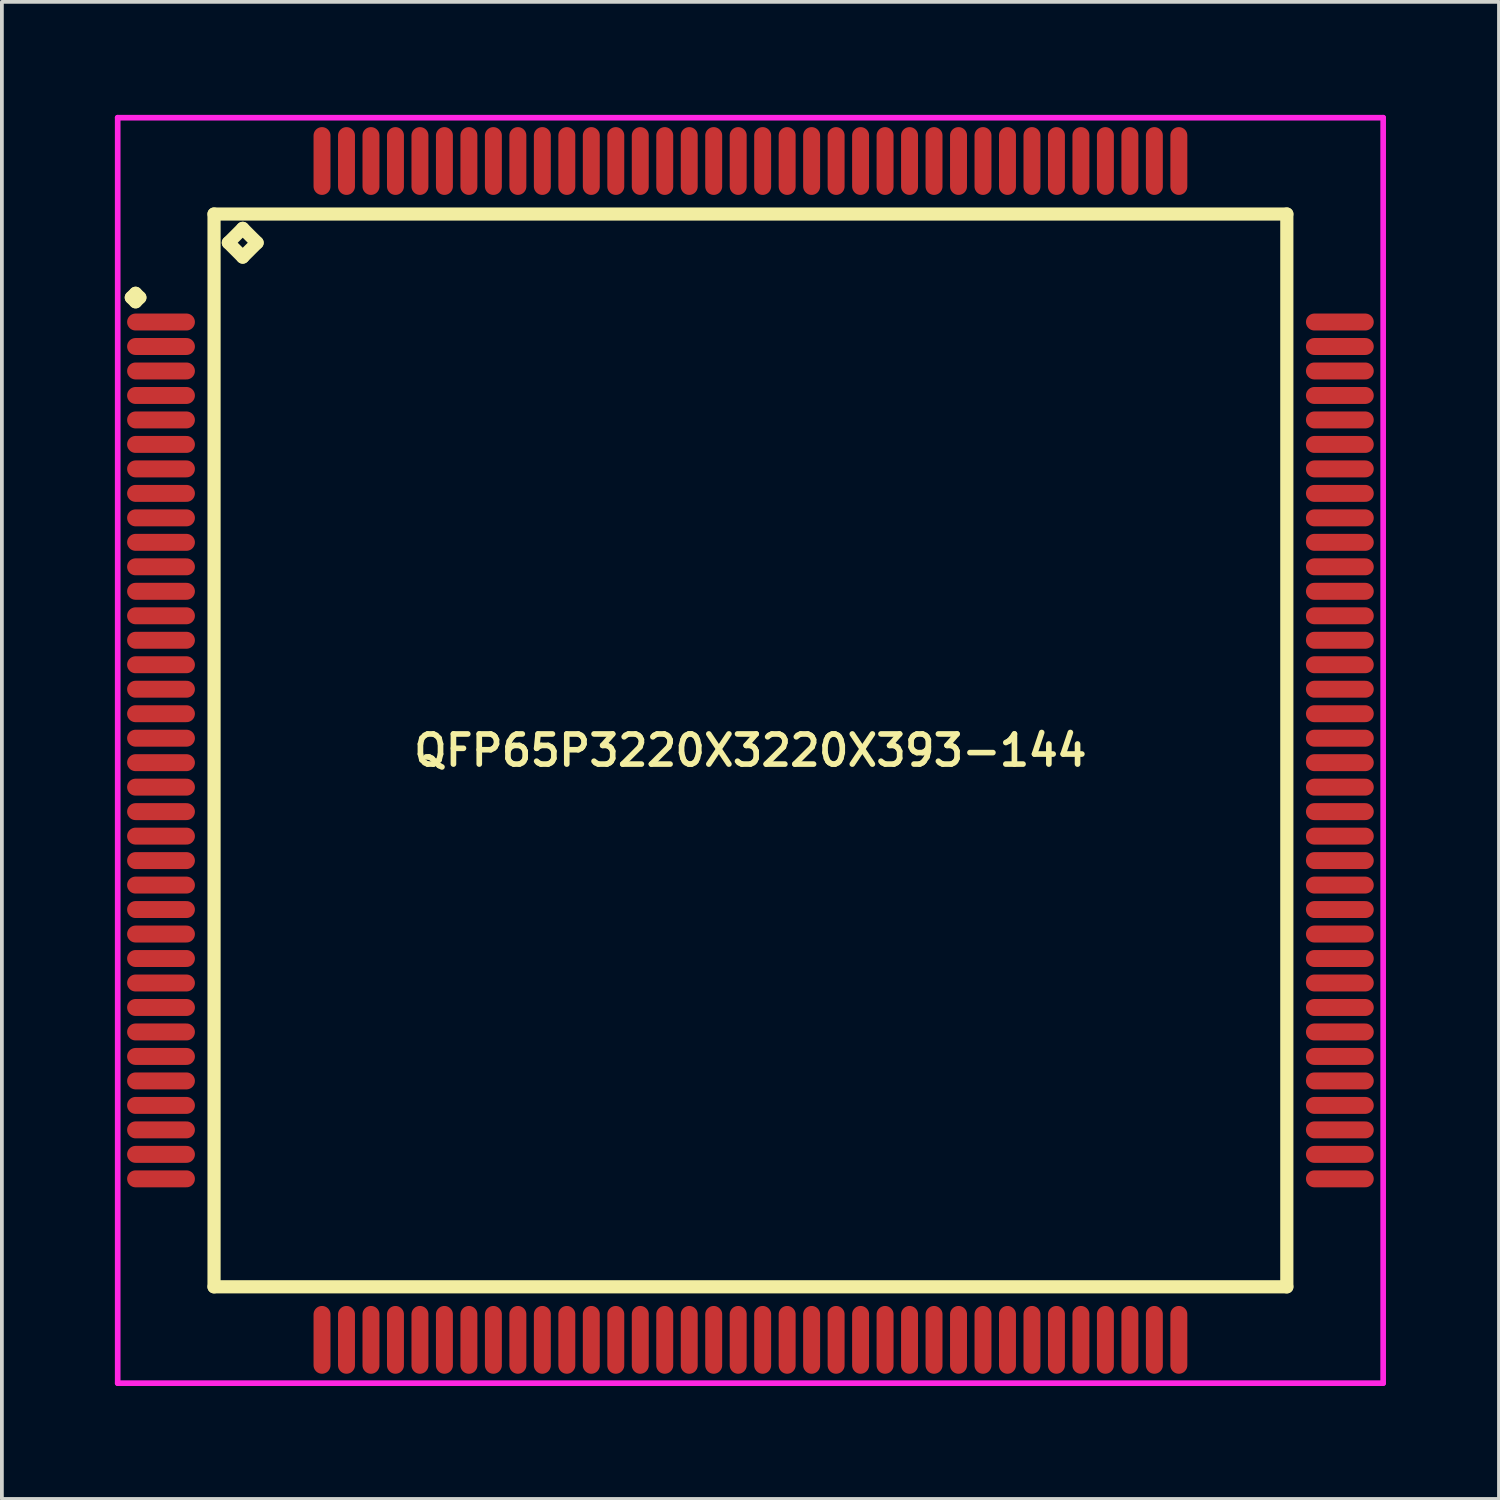
<source format=kicad_pcb>
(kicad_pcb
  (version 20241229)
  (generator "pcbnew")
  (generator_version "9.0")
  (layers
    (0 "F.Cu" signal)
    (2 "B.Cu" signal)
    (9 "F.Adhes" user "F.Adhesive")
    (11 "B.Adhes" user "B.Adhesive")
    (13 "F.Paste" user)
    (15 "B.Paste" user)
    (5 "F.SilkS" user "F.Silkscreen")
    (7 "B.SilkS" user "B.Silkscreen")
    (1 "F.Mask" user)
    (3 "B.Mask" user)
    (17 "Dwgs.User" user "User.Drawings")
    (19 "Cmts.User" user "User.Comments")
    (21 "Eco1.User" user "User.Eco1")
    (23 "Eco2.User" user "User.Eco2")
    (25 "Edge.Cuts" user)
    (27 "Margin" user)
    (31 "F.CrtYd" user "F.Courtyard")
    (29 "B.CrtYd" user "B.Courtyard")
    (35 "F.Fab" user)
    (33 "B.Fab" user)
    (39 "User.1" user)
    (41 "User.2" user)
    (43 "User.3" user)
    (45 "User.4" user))
  (footprint "QFP65P3220X3220X393-144"
    (layer "F.Cu")
    (at 16.875 16.875)
    (property "Reference" "QFP65P3220X3220X393-144" (at 0 0 0) (layer "F.SilkS") (effects (font (size 0.8 0.8) (thickness 0.15))))
    (attr smd)
    (fp_line (start -16.438 -12.025) (end -16.325 -12.137) (stroke (width 0.35) (type solid)) (layer "F.SilkS"))
    (fp_line (start -16.325 -12.137) (end -16.212 -12.025) (stroke (width 0.35) (type solid)) (layer "F.SilkS"))
    (fp_line (start -16.325 -11.912) (end -16.438 -12.025) (stroke (width 0.35) (type solid)) (layer "F.SilkS"))
    (fp_line (start -16.212 -12.025) (end -16.325 -11.912) (stroke (width 0.35) (type solid)) (layer "F.SilkS"))
    (fp_line (start -14.242 -14.242) (end -14.242 14.242) (stroke (width 0.35) (type solid)) (layer "F.SilkS"))
    (fp_line (start -14.242 14.242) (end 14.242 14.242) (stroke (width 0.35) (type solid)) (layer "F.SilkS"))
    (fp_line (start -13.861 -13.48) (end -13.48 -13.861) (stroke (width 0.35) (type solid)) (layer "F.SilkS"))
    (fp_line (start -13.48 -13.861) (end -13.099 -13.48) (stroke (width 0.35) (type solid)) (layer "F.SilkS"))
    (fp_line (start -13.48 -13.099) (end -13.861 -13.48) (stroke (width 0.35) (type solid)) (layer "F.SilkS"))
    (fp_line (start -13.099 -13.48) (end -13.48 -13.099) (stroke (width 0.35) (type solid)) (layer "F.SilkS"))
    (fp_line (start 14.242 -14.242) (end -14.242 -14.242) (stroke (width 0.35) (type solid)) (layer "F.SilkS"))
    (fp_line (start 14.242 14.242) (end 14.242 -14.242) (stroke (width 0.35) (type solid)) (layer "F.SilkS"))
    (fp_line (start -16.8 -16.8) (end 16.8 -16.8) (stroke (width 0.15) (type solid)) (layer "F.CrtYd"))
    (fp_line (start -16.8 16.8) (end -16.8 -16.8) (stroke (width 0.15) (type solid)) (layer "F.CrtYd"))
    (fp_line (start 16.8 -16.8) (end 16.8 16.8) (stroke (width 0.15) (type solid)) (layer "F.CrtYd"))
    (fp_line (start 16.8 16.8) (end -16.8 16.8) (stroke (width 0.15) (type solid)) (layer "F.CrtYd"))
    (pad "1" smd oval (at -15.65 -11.375) (size 1.8 0.45) (layers "F.Cu" "F.Mask" "F.Paste"))
    (pad "2" smd oval (at -15.65 -10.725) (size 1.8 0.45) (layers "F.Cu" "F.Mask" "F.Paste"))
    (pad "3" smd oval (at -15.65 -10.075) (size 1.8 0.45) (layers "F.Cu" "F.Mask" "F.Paste"))
    (pad "4" smd oval (at -15.65 -9.425) (size 1.8 0.45) (layers "F.Cu" "F.Mask" "F.Paste"))
    (pad "5" smd oval (at -15.65 -8.775) (size 1.8 0.45) (layers "F.Cu" "F.Mask" "F.Paste"))
    (pad "6" smd oval (at -15.65 -8.125) (size 1.8 0.45) (layers "F.Cu" "F.Mask" "F.Paste"))
    (pad "7" smd oval (at -15.65 -7.475) (size 1.8 0.45) (layers "F.Cu" "F.Mask" "F.Paste"))
    (pad "8" smd oval (at -15.65 -6.825) (size 1.8 0.45) (layers "F.Cu" "F.Mask" "F.Paste"))
    (pad "9" smd oval (at -15.65 -6.175) (size 1.8 0.45) (layers "F.Cu" "F.Mask" "F.Paste"))
    (pad "10" smd oval (at -15.65 -5.525) (size 1.8 0.45) (layers "F.Cu" "F.Mask" "F.Paste"))
    (pad "11" smd oval (at -15.65 -4.875) (size 1.8 0.45) (layers "F.Cu" "F.Mask" "F.Paste"))
    (pad "12" smd oval (at -15.65 -4.225) (size 1.8 0.45) (layers "F.Cu" "F.Mask" "F.Paste"))
    (pad "13" smd oval (at -15.65 -3.575) (size 1.8 0.45) (layers "F.Cu" "F.Mask" "F.Paste"))
    (pad "14" smd oval (at -15.65 -2.925) (size 1.8 0.45) (layers "F.Cu" "F.Mask" "F.Paste"))
    (pad "15" smd oval (at -15.65 -2.275) (size 1.8 0.45) (layers "F.Cu" "F.Mask" "F.Paste"))
    (pad "16" smd oval (at -15.65 -1.625) (size 1.8 0.45) (layers "F.Cu" "F.Mask" "F.Paste"))
    (pad "17" smd oval (at -15.65 -0.975) (size 1.8 0.45) (layers "F.Cu" "F.Mask" "F.Paste"))
    (pad "18" smd oval (at -15.65 -0.325) (size 1.8 0.45) (layers "F.Cu" "F.Mask" "F.Paste"))
    (pad "19" smd oval (at -15.65 0.325) (size 1.8 0.45) (layers "F.Cu" "F.Mask" "F.Paste"))
    (pad "20" smd oval (at -15.65 0.975) (size 1.8 0.45) (layers "F.Cu" "F.Mask" "F.Paste"))
    (pad "21" smd oval (at -15.65 1.625) (size 1.8 0.45) (layers "F.Cu" "F.Mask" "F.Paste"))
    (pad "22" smd oval (at -15.65 2.275) (size 1.8 0.45) (layers "F.Cu" "F.Mask" "F.Paste"))
    (pad "23" smd oval (at -15.65 2.925) (size 1.8 0.45) (layers "F.Cu" "F.Mask" "F.Paste"))
    (pad "24" smd oval (at -15.65 3.575) (size 1.8 0.45) (layers "F.Cu" "F.Mask" "F.Paste"))
    (pad "25" smd oval (at -15.65 4.225) (size 1.8 0.45) (layers "F.Cu" "F.Mask" "F.Paste"))
    (pad "26" smd oval (at -15.65 4.875) (size 1.8 0.45) (layers "F.Cu" "F.Mask" "F.Paste"))
    (pad "27" smd oval (at -15.65 5.525) (size 1.8 0.45) (layers "F.Cu" "F.Mask" "F.Paste"))
    (pad "28" smd oval (at -15.65 6.175) (size 1.8 0.45) (layers "F.Cu" "F.Mask" "F.Paste"))
    (pad "29" smd oval (at -15.65 6.825) (size 1.8 0.45) (layers "F.Cu" "F.Mask" "F.Paste"))
    (pad "30" smd oval (at -15.65 7.475) (size 1.8 0.45) (layers "F.Cu" "F.Mask" "F.Paste"))
    (pad "31" smd oval (at -15.65 8.125) (size 1.8 0.45) (layers "F.Cu" "F.Mask" "F.Paste"))
    (pad "32" smd oval (at -15.65 8.775) (size 1.8 0.45) (layers "F.Cu" "F.Mask" "F.Paste"))
    (pad "33" smd oval (at -15.65 9.425) (size 1.8 0.45) (layers "F.Cu" "F.Mask" "F.Paste"))
    (pad "34" smd oval (at -15.65 10.075) (size 1.8 0.45) (layers "F.Cu" "F.Mask" "F.Paste"))
    (pad "35" smd oval (at -15.65 10.725) (size 1.8 0.45) (layers "F.Cu" "F.Mask" "F.Paste"))
    (pad "36" smd oval (at -15.65 11.375) (size 1.8 0.45) (layers "F.Cu" "F.Mask" "F.Paste"))
    (pad "37" smd oval (at -11.375 15.65) (size 0.45 1.8) (layers "F.Cu" "F.Mask" "F.Paste"))
    (pad "38" smd oval (at -10.725 15.65) (size 0.45 1.8) (layers "F.Cu" "F.Mask" "F.Paste"))
    (pad "39" smd oval (at -10.075 15.65) (size 0.45 1.8) (layers "F.Cu" "F.Mask" "F.Paste"))
    (pad "40" smd oval (at -9.425 15.65) (size 0.45 1.8) (layers "F.Cu" "F.Mask" "F.Paste"))
    (pad "41" smd oval (at -8.775 15.65) (size 0.45 1.8) (layers "F.Cu" "F.Mask" "F.Paste"))
    (pad "42" smd oval (at -8.125 15.65) (size 0.45 1.8) (layers "F.Cu" "F.Mask" "F.Paste"))
    (pad "43" smd oval (at -7.475 15.65) (size 0.45 1.8) (layers "F.Cu" "F.Mask" "F.Paste"))
    (pad "44" smd oval (at -6.825 15.65) (size 0.45 1.8) (layers "F.Cu" "F.Mask" "F.Paste"))
    (pad "45" smd oval (at -6.175 15.65) (size 0.45 1.8) (layers "F.Cu" "F.Mask" "F.Paste"))
    (pad "46" smd oval (at -5.525 15.65) (size 0.45 1.8) (layers "F.Cu" "F.Mask" "F.Paste"))
    (pad "47" smd oval (at -4.875 15.65) (size 0.45 1.8) (layers "F.Cu" "F.Mask" "F.Paste"))
    (pad "48" smd oval (at -4.225 15.65) (size 0.45 1.8) (layers "F.Cu" "F.Mask" "F.Paste"))
    (pad "49" smd oval (at -3.575 15.65) (size 0.45 1.8) (layers "F.Cu" "F.Mask" "F.Paste"))
    (pad "50" smd oval (at -2.925 15.65) (size 0.45 1.8) (layers "F.Cu" "F.Mask" "F.Paste"))
    (pad "51" smd oval (at -2.275 15.65) (size 0.45 1.8) (layers "F.Cu" "F.Mask" "F.Paste"))
    (pad "52" smd oval (at -1.625 15.65) (size 0.45 1.8) (layers "F.Cu" "F.Mask" "F.Paste"))
    (pad "53" smd oval (at -0.975 15.65) (size 0.45 1.8) (layers "F.Cu" "F.Mask" "F.Paste"))
    (pad "54" smd oval (at -0.325 15.65) (size 0.45 1.8) (layers "F.Cu" "F.Mask" "F.Paste"))
    (pad "55" smd oval (at 0.325 15.65) (size 0.45 1.8) (layers "F.Cu" "F.Mask" "F.Paste"))
    (pad "56" smd oval (at 0.975 15.65) (size 0.45 1.8) (layers "F.Cu" "F.Mask" "F.Paste"))
    (pad "57" smd oval (at 1.625 15.65) (size 0.45 1.8) (layers "F.Cu" "F.Mask" "F.Paste"))
    (pad "58" smd oval (at 2.275 15.65) (size 0.45 1.8) (layers "F.Cu" "F.Mask" "F.Paste"))
    (pad "59" smd oval (at 2.925 15.65) (size 0.45 1.8) (layers "F.Cu" "F.Mask" "F.Paste"))
    (pad "60" smd oval (at 3.575 15.65) (size 0.45 1.8) (layers "F.Cu" "F.Mask" "F.Paste"))
    (pad "61" smd oval (at 4.225 15.65) (size 0.45 1.8) (layers "F.Cu" "F.Mask" "F.Paste"))
    (pad "62" smd oval (at 4.875 15.65) (size 0.45 1.8) (layers "F.Cu" "F.Mask" "F.Paste"))
    (pad "63" smd oval (at 5.525 15.65) (size 0.45 1.8) (layers "F.Cu" "F.Mask" "F.Paste"))
    (pad "64" smd oval (at 6.175 15.65) (size 0.45 1.8) (layers "F.Cu" "F.Mask" "F.Paste"))
    (pad "65" smd oval (at 6.825 15.65) (size 0.45 1.8) (layers "F.Cu" "F.Mask" "F.Paste"))
    (pad "66" smd oval (at 7.475 15.65) (size 0.45 1.8) (layers "F.Cu" "F.Mask" "F.Paste"))
    (pad "67" smd oval (at 8.125 15.65) (size 0.45 1.8) (layers "F.Cu" "F.Mask" "F.Paste"))
    (pad "68" smd oval (at 8.775 15.65) (size 0.45 1.8) (layers "F.Cu" "F.Mask" "F.Paste"))
    (pad "69" smd oval (at 9.425 15.65) (size 0.45 1.8) (layers "F.Cu" "F.Mask" "F.Paste"))
    (pad "70" smd oval (at 10.075 15.65) (size 0.45 1.8) (layers "F.Cu" "F.Mask" "F.Paste"))
    (pad "71" smd oval (at 10.725 15.65) (size 0.45 1.8) (layers "F.Cu" "F.Mask" "F.Paste"))
    (pad "72" smd oval (at 11.375 15.65) (size 0.45 1.8) (layers "F.Cu" "F.Mask" "F.Paste"))
    (pad "73" smd oval (at 15.65 11.375) (size 1.8 0.45) (layers "F.Cu" "F.Mask" "F.Paste"))
    (pad "74" smd oval (at 15.65 10.725) (size 1.8 0.45) (layers "F.Cu" "F.Mask" "F.Paste"))
    (pad "75" smd oval (at 15.65 10.075) (size 1.8 0.45) (layers "F.Cu" "F.Mask" "F.Paste"))
    (pad "76" smd oval (at 15.65 9.425) (size 1.8 0.45) (layers "F.Cu" "F.Mask" "F.Paste"))
    (pad "77" smd oval (at 15.65 8.775) (size 1.8 0.45) (layers "F.Cu" "F.Mask" "F.Paste"))
    (pad "78" smd oval (at 15.65 8.125) (size 1.8 0.45) (layers "F.Cu" "F.Mask" "F.Paste"))
    (pad "79" smd oval (at 15.65 7.475) (size 1.8 0.45) (layers "F.Cu" "F.Mask" "F.Paste"))
    (pad "80" smd oval (at 15.65 6.825) (size 1.8 0.45) (layers "F.Cu" "F.Mask" "F.Paste"))
    (pad "81" smd oval (at 15.65 6.175) (size 1.8 0.45) (layers "F.Cu" "F.Mask" "F.Paste"))
    (pad "82" smd oval (at 15.65 5.525) (size 1.8 0.45) (layers "F.Cu" "F.Mask" "F.Paste"))
    (pad "83" smd oval (at 15.65 4.875) (size 1.8 0.45) (layers "F.Cu" "F.Mask" "F.Paste"))
    (pad "84" smd oval (at 15.65 4.225) (size 1.8 0.45) (layers "F.Cu" "F.Mask" "F.Paste"))
    (pad "85" smd oval (at 15.65 3.575) (size 1.8 0.45) (layers "F.Cu" "F.Mask" "F.Paste"))
    (pad "86" smd oval (at 15.65 2.925) (size 1.8 0.45) (layers "F.Cu" "F.Mask" "F.Paste"))
    (pad "87" smd oval (at 15.65 2.275) (size 1.8 0.45) (layers "F.Cu" "F.Mask" "F.Paste"))
    (pad "88" smd oval (at 15.65 1.625) (size 1.8 0.45) (layers "F.Cu" "F.Mask" "F.Paste"))
    (pad "89" smd oval (at 15.65 0.975) (size 1.8 0.45) (layers "F.Cu" "F.Mask" "F.Paste"))
    (pad "90" smd oval (at 15.65 0.325) (size 1.8 0.45) (layers "F.Cu" "F.Mask" "F.Paste"))
    (pad "91" smd oval (at 15.65 -0.325) (size 1.8 0.45) (layers "F.Cu" "F.Mask" "F.Paste"))
    (pad "92" smd oval (at 15.65 -0.975) (size 1.8 0.45) (layers "F.Cu" "F.Mask" "F.Paste"))
    (pad "93" smd oval (at 15.65 -1.625) (size 1.8 0.45) (layers "F.Cu" "F.Mask" "F.Paste"))
    (pad "94" smd oval (at 15.65 -2.275) (size 1.8 0.45) (layers "F.Cu" "F.Mask" "F.Paste"))
    (pad "95" smd oval (at 15.65 -2.925) (size 1.8 0.45) (layers "F.Cu" "F.Mask" "F.Paste"))
    (pad "96" smd oval (at 15.65 -3.575) (size 1.8 0.45) (layers "F.Cu" "F.Mask" "F.Paste"))
    (pad "97" smd oval (at 15.65 -4.225) (size 1.8 0.45) (layers "F.Cu" "F.Mask" "F.Paste"))
    (pad "98" smd oval (at 15.65 -4.875) (size 1.8 0.45) (layers "F.Cu" "F.Mask" "F.Paste"))
    (pad "99" smd oval (at 15.65 -5.525) (size 1.8 0.45) (layers "F.Cu" "F.Mask" "F.Paste"))
    (pad "100" smd oval (at 15.65 -6.175) (size 1.8 0.45) (layers "F.Cu" "F.Mask" "F.Paste"))
    (pad "101" smd oval (at 15.65 -6.825) (size 1.8 0.45) (layers "F.Cu" "F.Mask" "F.Paste"))
    (pad "102" smd oval (at 15.65 -7.475) (size 1.8 0.45) (layers "F.Cu" "F.Mask" "F.Paste"))
    (pad "103" smd oval (at 15.65 -8.125) (size 1.8 0.45) (layers "F.Cu" "F.Mask" "F.Paste"))
    (pad "104" smd oval (at 15.65 -8.775) (size 1.8 0.45) (layers "F.Cu" "F.Mask" "F.Paste"))
    (pad "105" smd oval (at 15.65 -9.425) (size 1.8 0.45) (layers "F.Cu" "F.Mask" "F.Paste"))
    (pad "106" smd oval (at 15.65 -10.075) (size 1.8 0.45) (layers "F.Cu" "F.Mask" "F.Paste"))
    (pad "107" smd oval (at 15.65 -10.725) (size 1.8 0.45) (layers "F.Cu" "F.Mask" "F.Paste"))
    (pad "108" smd oval (at 15.65 -11.375) (size 1.8 0.45) (layers "F.Cu" "F.Mask" "F.Paste"))
    (pad "109" smd oval (at 11.375 -15.65) (size 0.45 1.8) (layers "F.Cu" "F.Mask" "F.Paste"))
    (pad "110" smd oval (at 10.725 -15.65) (size 0.45 1.8) (layers "F.Cu" "F.Mask" "F.Paste"))
    (pad "111" smd oval (at 10.075 -15.65) (size 0.45 1.8) (layers "F.Cu" "F.Mask" "F.Paste"))
    (pad "112" smd oval (at 9.425 -15.65) (size 0.45 1.8) (layers "F.Cu" "F.Mask" "F.Paste"))
    (pad "113" smd oval (at 8.775 -15.65) (size 0.45 1.8) (layers "F.Cu" "F.Mask" "F.Paste"))
    (pad "114" smd oval (at 8.125 -15.65) (size 0.45 1.8) (layers "F.Cu" "F.Mask" "F.Paste"))
    (pad "115" smd oval (at 7.475 -15.65) (size 0.45 1.8) (layers "F.Cu" "F.Mask" "F.Paste"))
    (pad "116" smd oval (at 6.825 -15.65) (size 0.45 1.8) (layers "F.Cu" "F.Mask" "F.Paste"))
    (pad "117" smd oval (at 6.175 -15.65) (size 0.45 1.8) (layers "F.Cu" "F.Mask" "F.Paste"))
    (pad "118" smd oval (at 5.525 -15.65) (size 0.45 1.8) (layers "F.Cu" "F.Mask" "F.Paste"))
    (pad "119" smd oval (at 4.875 -15.65) (size 0.45 1.8) (layers "F.Cu" "F.Mask" "F.Paste"))
    (pad "120" smd oval (at 4.225 -15.65) (size 0.45 1.8) (layers "F.Cu" "F.Mask" "F.Paste"))
    (pad "121" smd oval (at 3.575 -15.65) (size 0.45 1.8) (layers "F.Cu" "F.Mask" "F.Paste"))
    (pad "122" smd oval (at 2.925 -15.65) (size 0.45 1.8) (layers "F.Cu" "F.Mask" "F.Paste"))
    (pad "123" smd oval (at 2.275 -15.65) (size 0.45 1.8) (layers "F.Cu" "F.Mask" "F.Paste"))
    (pad "124" smd oval (at 1.625 -15.65) (size 0.45 1.8) (layers "F.Cu" "F.Mask" "F.Paste"))
    (pad "125" smd oval (at 0.975 -15.65) (size 0.45 1.8) (layers "F.Cu" "F.Mask" "F.Paste"))
    (pad "126" smd oval (at 0.325 -15.65) (size 0.45 1.8) (layers "F.Cu" "F.Mask" "F.Paste"))
    (pad "127" smd oval (at -0.325 -15.65) (size 0.45 1.8) (layers "F.Cu" "F.Mask" "F.Paste"))
    (pad "128" smd oval (at -0.975 -15.65) (size 0.45 1.8) (layers "F.Cu" "F.Mask" "F.Paste"))
    (pad "129" smd oval (at -1.625 -15.65) (size 0.45 1.8) (layers "F.Cu" "F.Mask" "F.Paste"))
    (pad "130" smd oval (at -2.275 -15.65) (size 0.45 1.8) (layers "F.Cu" "F.Mask" "F.Paste"))
    (pad "131" smd oval (at -2.925 -15.65) (size 0.45 1.8) (layers "F.Cu" "F.Mask" "F.Paste"))
    (pad "132" smd oval (at -3.575 -15.65) (size 0.45 1.8) (layers "F.Cu" "F.Mask" "F.Paste"))
    (pad "133" smd oval (at -4.225 -15.65) (size 0.45 1.8) (layers "F.Cu" "F.Mask" "F.Paste"))
    (pad "134" smd oval (at -4.875 -15.65) (size 0.45 1.8) (layers "F.Cu" "F.Mask" "F.Paste"))
    (pad "135" smd oval (at -5.525 -15.65) (size 0.45 1.8) (layers "F.Cu" "F.Mask" "F.Paste"))
    (pad "136" smd oval (at -6.175 -15.65) (size 0.45 1.8) (layers "F.Cu" "F.Mask" "F.Paste"))
    (pad "137" smd oval (at -6.825 -15.65) (size 0.45 1.8) (layers "F.Cu" "F.Mask" "F.Paste"))
    (pad "138" smd oval (at -7.475 -15.65) (size 0.45 1.8) (layers "F.Cu" "F.Mask" "F.Paste"))
    (pad "139" smd oval (at -8.125 -15.65) (size 0.45 1.8) (layers "F.Cu" "F.Mask" "F.Paste"))
    (pad "140" smd oval (at -8.775 -15.65) (size 0.45 1.8) (layers "F.Cu" "F.Mask" "F.Paste"))
    (pad "141" smd oval (at -9.425 -15.65) (size 0.45 1.8) (layers "F.Cu" "F.Mask" "F.Paste"))
    (pad "142" smd oval (at -10.075 -15.65) (size 0.45 1.8) (layers "F.Cu" "F.Mask" "F.Paste"))
    (pad "143" smd oval (at -10.725 -15.65) (size 0.45 1.8) (layers "F.Cu" "F.Mask" "F.Paste"))
    (pad "144" smd oval (at -11.375 -15.65) (size 0.45 1.8) (layers "F.Cu" "F.Mask" "F.Paste")))
  (gr_rect
    (start -3 -3)
    (end 36.75 36.75)
    (stroke (width 0.1) (type default))
    (fill no)
    (layer "Edge.Cuts")))
</source>
